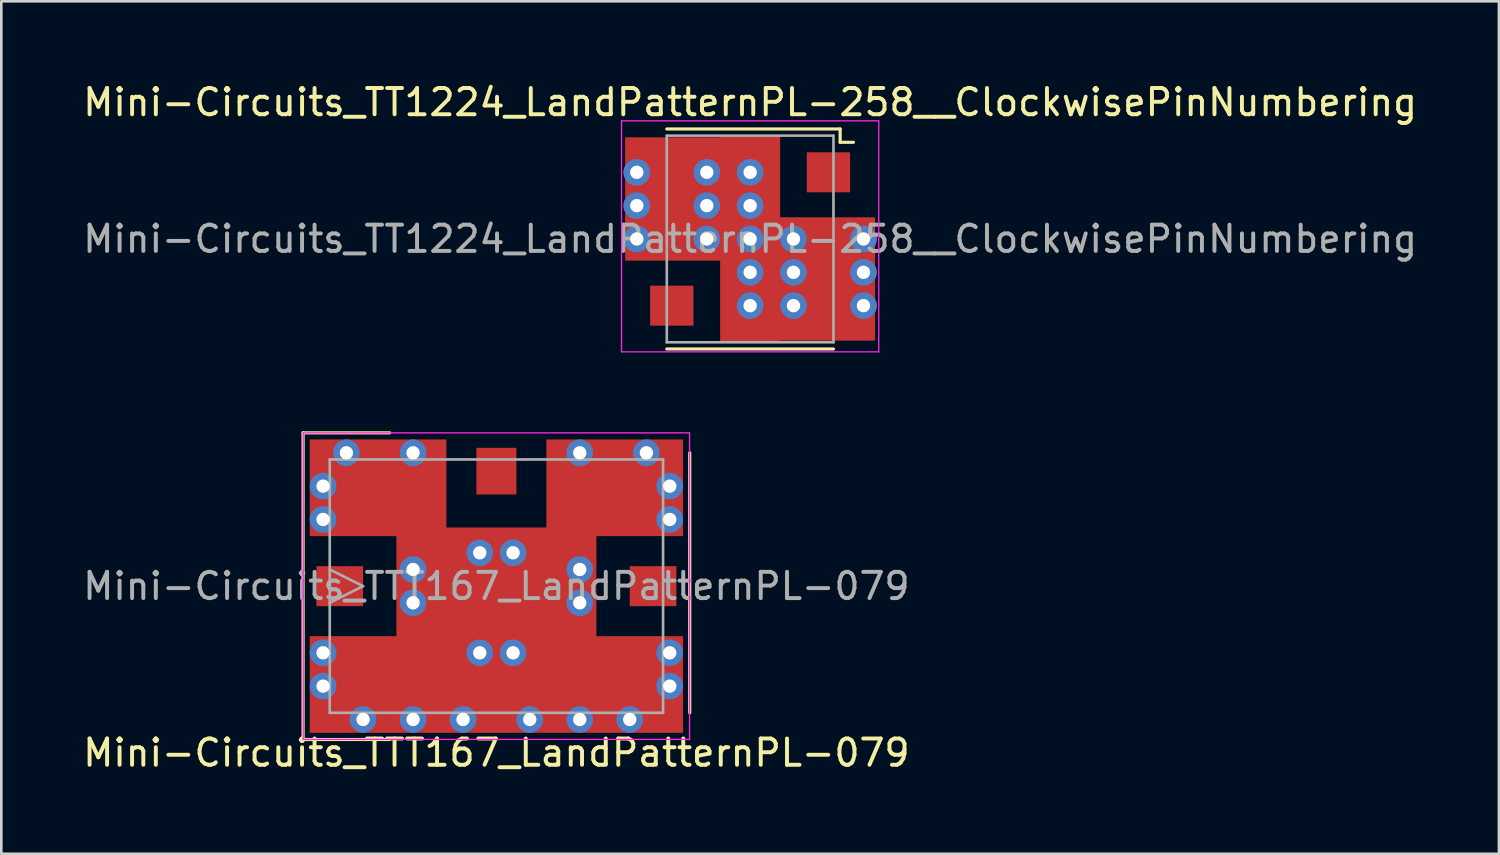
<source format=kicad_pcb>
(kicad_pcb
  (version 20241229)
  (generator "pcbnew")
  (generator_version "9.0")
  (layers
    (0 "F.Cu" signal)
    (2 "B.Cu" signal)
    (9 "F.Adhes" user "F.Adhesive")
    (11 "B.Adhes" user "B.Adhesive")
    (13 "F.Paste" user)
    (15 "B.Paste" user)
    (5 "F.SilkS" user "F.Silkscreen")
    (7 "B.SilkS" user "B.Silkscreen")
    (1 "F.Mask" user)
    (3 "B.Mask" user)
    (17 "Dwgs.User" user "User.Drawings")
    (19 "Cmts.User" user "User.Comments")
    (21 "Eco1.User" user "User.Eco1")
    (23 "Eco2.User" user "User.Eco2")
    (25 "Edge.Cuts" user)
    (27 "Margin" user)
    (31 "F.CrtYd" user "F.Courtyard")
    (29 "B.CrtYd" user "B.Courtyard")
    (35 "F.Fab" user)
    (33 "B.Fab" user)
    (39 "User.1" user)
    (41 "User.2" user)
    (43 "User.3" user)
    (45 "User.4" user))
  (footprint "Mini-Circuits_TT1224_LandPatternPL-258__ClockwisePinNumbering"
    (layer "F.Cu")
    (at 25.53 6.055)
    (property "Reference" "Mini-Circuits_TT1224_LandPatternPL-258__ClockwisePinNumbering" (at 0 -5.207 0) (layer "F.SilkS") (effects (font (size 1 1) (thickness 0.15))))
    (attr smd)
    (fp_line (start -3.175 -4.191) (end 3.429 -4.191) (stroke (width 0.12) (type solid)) (layer "F.SilkS"))
    (fp_line (start 3.175 4.191) (end -3.175 4.191) (stroke (width 0.12) (type solid)) (layer "F.SilkS"))
    (fp_line (start 3.429 -4.191) (end 3.429 -3.683) (stroke (width 0.12) (type solid)) (layer "F.SilkS"))
    (fp_line (start 3.429 -3.683) (end 3.937 -3.683) (stroke (width 0.12) (type solid)) (layer "F.SilkS"))
    (fp_line (start -4.9 -4.5) (end 4.9 -4.5) (stroke (width 0.05) (type solid)) (layer "F.CrtYd"))
    (fp_line (start -4.9 4.3) (end -4.9 -4.5) (stroke (width 0.05) (type solid)) (layer "F.CrtYd"))
    (fp_line (start 4.9 -4.5) (end 4.9 4.3) (stroke (width 0.05) (type solid)) (layer "F.CrtYd"))
    (fp_line (start 4.9 4.3) (end -4.9 4.3) (stroke (width 0.05) (type solid)) (layer "F.CrtYd"))
    (fp_line (start -3.175 -3.937) (end 3.175 -3.937) (stroke (width 0.1) (type solid)) (layer "F.Fab"))
    (fp_line (start -3.175 3.937) (end -3.175 -3.937) (stroke (width 0.1) (type solid)) (layer "F.Fab"))
    (fp_line (start -3.175 3.937) (end 3.175 3.937) (stroke (width 0.1) (type solid)) (layer "F.Fab"))
    (fp_line (start 3.175 -3.937) (end 3.175 3.937) (stroke (width 0.1) (type solid)) (layer "F.Fab"))
    (fp_text user "${REFERENCE}" (at 0 0 0) (layer "F.Fab") (effects (font (size 1 1) (thickness 0.15))))
    (pad "1" smd rect (at 3.81 -2.54 180) (size 1.651 1.524) (drill (offset 0.826 0)) (layers "F.Cu" "F.Mask" "F.Paste"))
    (pad "2" thru_hole circle (at -4.318 -2.54) (size 1.016 1.016) (drill 0.508) (layers "*.Cu"))
    (pad "2" thru_hole circle (at -4.318 -1.27) (size 1.016 1.016) (drill 0.508) (layers "*.Cu"))
    (pad "2" thru_hole circle (at -4.318 0) (size 1.016 1.016) (drill 0.508) (layers "*.Cu"))
    (pad "2" smd rect (at -2.921 -1.524) (size 3.683 4.699) (layers "F.Cu"))
    (pad "2" thru_hole circle (at -1.651 -2.54) (size 1.016 1.016) (drill 0.508) (layers "*.Cu"))
    (pad "2" thru_hole circle (at -1.651 -1.27) (size 1.016 1.016) (drill 0.508) (layers "*.Cu"))
    (pad "2" thru_hole circle (at -1.651 0) (size 1.016 1.016) (drill 0.508) (layers "*.Cu"))
    (pad "2" thru_hole circle (at 0 -2.54) (size 1.016 1.016) (drill 0.508) (layers "*.Cu"))
    (pad "2" thru_hole circle (at 0 -1.27) (size 1.016 1.016) (drill 0.508) (layers "*.Cu"))
    (pad "2" thru_hole circle (at 0 0) (size 1.016 1.016) (drill 0.508) (layers "*.Cu"))
    (pad "2" smd rect (at 0 0) (size 2.286 7.874) (layers "F.Cu"))
    (pad "2" thru_hole circle (at 0 1.27) (size 1.016 1.016) (drill 0.508) (layers "*.Cu"))
    (pad "2" thru_hole circle (at 0 2.54) (size 1.016 1.016) (drill 0.508) (layers "*.Cu"))
    (pad "2" thru_hole circle (at 1.651 0) (size 1.016 1.016) (drill 0.508) (layers "*.Cu"))
    (pad "2" thru_hole circle (at 1.651 1.27) (size 1.016 1.016) (drill 0.508) (layers "*.Cu"))
    (pad "2" thru_hole circle (at 1.651 2.54) (size 1.016 1.016) (drill 0.508) (layers "*.Cu"))
    (pad "2" smd rect (at 2.921 1.524) (size 3.683 4.699) (layers "F.Cu"))
    (pad "2" smd rect (at 3.81 0 180) (size 1.651 1.524) (drill (offset 0.826 0)) (layers "F.Cu" "F.Mask" "F.Paste"))
    (pad "2" thru_hole circle (at 4.318 0) (size 1.016 1.016) (drill 0.508) (layers "*.Cu"))
    (pad "2" thru_hole circle (at 4.318 1.27) (size 1.016 1.016) (drill 0.508) (layers "*.Cu"))
    (pad "2" thru_hole circle (at 4.318 2.54) (size 1.016 1.016) (drill 0.508) (layers "*.Cu"))
    (pad "3" smd rect (at 3.81 2.54 180) (size 1.651 1.524) (drill (offset 0.826 0)) (layers "F.Cu" "F.Mask" "F.Paste"))
    (pad "4" smd rect (at -3.81 2.54) (size 1.651 1.524) (drill (offset 0.826 0)) (layers "F.Cu" "F.Mask" "F.Paste"))
    (pad "5" smd rect (at -3.81 0) (size 1.651 1.524) (drill (offset 0.826 0)) (layers "F.Cu" "F.Mask" "F.Paste"))
    (pad "6" smd rect (at -3.81 -2.54) (size 1.651 1.524) (drill (offset 0.826 0)) (layers "F.Cu" "F.Mask" "F.Paste")))
  (footprint "Mini-Circuits_TTT167_LandPatternPL-079"
    (layer "F.Cu")
    (at 15.863 19.282)
    (property "Reference" "Mini-Circuits_TTT167_LandPatternPL-079" (at 0 6.35 180) (layer "F.SilkS") (effects (font (size 1 1) (thickness 0.15))))
    (attr smd)
    (fp_line (start -7.366 -5.842) (end -7.366 5.842) (stroke (width 0.12) (type solid)) (layer "F.SilkS"))
    (fp_line (start -7.366 5.842) (end -4.064 5.842) (stroke (width 0.12) (type solid)) (layer "F.SilkS"))
    (fp_line (start -4.064 -5.842) (end -7.366 -5.842) (stroke (width 0.12) (type solid)) (layer "F.SilkS"))
    (fp_line (start 7.366 4.826) (end 7.366 -5.08) (stroke (width 0.12) (type solid)) (layer "F.SilkS"))
    (fp_line (start -7.36 -5.84) (end -7.36 5.84) (stroke (width 0.05) (type solid)) (layer "F.CrtYd"))
    (fp_line (start -7.36 -5.84) (end 7.36 -5.84) (stroke (width 0.05) (type solid)) (layer "F.CrtYd"))
    (fp_line (start 7.36 5.84) (end -7.36 5.84) (stroke (width 0.05) (type solid)) (layer "F.CrtYd"))
    (fp_line (start 7.36 5.84) (end 7.36 -5.84) (stroke (width 0.05) (type solid)) (layer "F.CrtYd"))
    (fp_line (start -6.35 -4.826) (end 6.35 -4.826) (stroke (width 0.1) (type solid)) (layer "F.Fab"))
    (fp_line (start -6.35 -0.635) (end -5.08 0) (stroke (width 0.1) (type solid)) (layer "F.Fab"))
    (fp_line (start -6.35 4.826) (end -6.35 -4.826) (stroke (width 0.1) (type solid)) (layer "F.Fab"))
    (fp_line (start -5.08 0) (end -6.35 0.635) (stroke (width 0.1) (type solid)) (layer "F.Fab"))
    (fp_line (start 6.35 -4.826) (end 6.35 4.826) (stroke (width 0.1) (type solid)) (layer "F.Fab"))
    (fp_line (start 6.35 4.826) (end -6.35 4.826) (stroke (width 0.1) (type solid)) (layer "F.Fab"))
    (fp_text user "${REFERENCE}" (at 0 0 180) (layer "F.Fab") (effects (font (size 1 1) (thickness 0.15))))
    (pad "1" smd rect (at -5.969 0) (size 1.778 1.524) (layers "F.Cu" "F.Mask" "F.Paste"))
    (pad "2" smd rect (at 5.969 0 180) (size 1.778 1.524) (layers "F.Cu" "F.Mask" "F.Paste"))
    (pad "3" smd rect (at 0 -4.381 270) (size 1.778 1.524) (layers "F.Cu" "F.Mask" "F.Paste"))
    (pad "4" thru_hole circle (at -6.604 -3.81 90) (size 1.016 1.016) (drill 0.508) (layers "*.Cu"))
    (pad "4" thru_hole circle (at -6.604 -2.54 90) (size 1.016 1.016) (drill 0.508) (layers "*.Cu"))
    (pad "4" thru_hole circle (at -6.604 2.54 90) (size 1.016 1.016) (drill 0.508) (layers "*.Cu"))
    (pad "4" thru_hole circle (at -6.604 3.81 90) (size 1.016 1.016) (drill 0.508) (layers "*.Cu"))
    (pad "4" thru_hole circle (at -5.715 -5.08 90) (size 1.016 1.016) (drill 0.508) (layers "*.Cu"))
    (pad "4" thru_hole circle (at -5.08 5.08 90) (size 1.016 1.016) (drill 0.508) (layers "*.Cu"))
    (pad "4" thru_hole circle (at -3.175 -5.08 90) (size 1.016 1.016) (drill 0.508) (layers "*.Cu"))
    (pad "4" thru_hole circle (at -3.175 -0.635 90) (size 1.016 1.016) (drill 0.508) (layers "*.Cu"))
    (pad "4" thru_hole circle (at -3.175 0.635 90) (size 1.016 1.016) (drill 0.508) (layers "*.Cu"))
    (pad "4" thru_hole circle (at -3.175 5.08 90) (size 1.016 1.016) (drill 0.508) (layers "*.Cu"))
    (pad "4" smd rect (at -1.905 -5.588 180) (size 5.207 3.683) (drill (offset 2.603 -1.841)) (layers "F.Cu"))
    (pad "4" thru_hole circle (at -1.27 5.08 90) (size 1.016 1.016) (drill 0.508) (layers "*.Cu"))
    (pad "4" thru_hole circle (at -0.635 -1.27 90) (size 1.016 1.016) (drill 0.508) (layers "*.Cu"))
    (pad "4" thru_hole circle (at -0.635 2.54 90) (size 1.016 1.016) (drill 0.508) (layers "*.Cu"))
    (pad "4" smd rect (at 0 0 180) (size 7.62 4.47) (layers "F.Cu"))
    (pad "4" smd rect (at 0 4.381 90) (size 1.778 1.524) (layers "F.Cu" "F.Mask" "F.Paste"))
    (pad "4" smd rect (at 0 5.588 180) (size 14.224 3.683) (drill (offset 0 1.841)) (layers "F.Cu"))
    (pad "4" thru_hole circle (at 0.635 -1.27 90) (size 1.016 1.016) (drill 0.508) (layers "*.Cu"))
    (pad "4" thru_hole circle (at 0.635 2.54 90) (size 1.016 1.016) (drill 0.508) (layers "*.Cu"))
    (pad "4" thru_hole circle (at 1.27 5.08 90) (size 1.016 1.016) (drill 0.508) (layers "*.Cu"))
    (pad "4" thru_hole circle (at 3.175 -5.08 90) (size 1.016 1.016) (drill 0.508) (layers "*.Cu"))
    (pad "4" thru_hole circle (at 3.175 -0.635 90) (size 1.016 1.016) (drill 0.508) (layers "*.Cu"))
    (pad "4" thru_hole circle (at 3.175 0.635 90) (size 1.016 1.016) (drill 0.508) (layers "*.Cu"))
    (pad "4" thru_hole circle (at 3.175 5.08 90) (size 1.016 1.016) (drill 0.508) (layers "*.Cu"))
    (pad "4" thru_hole circle (at 5.08 5.08 90) (size 1.016 1.016) (drill 0.508) (layers "*.Cu"))
    (pad "4" thru_hole circle (at 5.715 -5.08 90) (size 1.016 1.016) (drill 0.508) (layers "*.Cu"))
    (pad "4" thru_hole circle (at 6.604 -3.81 90) (size 1.016 1.016) (drill 0.508) (layers "*.Cu"))
    (pad "4" thru_hole circle (at 6.604 -2.54 90) (size 1.016 1.016) (drill 0.508) (layers "*.Cu"))
    (pad "4" thru_hole circle (at 6.604 2.54 90) (size 1.016 1.016) (drill 0.508) (layers "*.Cu"))
    (pad "4" thru_hole circle (at 6.604 3.81 90) (size 1.016 1.016) (drill 0.508) (layers "*.Cu"))
    (pad "4" smd rect (at 7.112 -5.588 180) (size 5.207 3.683) (drill (offset 2.603 -1.841)) (layers "F.Cu"))
    (pad "5" smd rect (at 4.445 -4.381 270) (size 1.778 1.524) (layers "F.Cu" "F.Mask" "F.Paste"))
    (pad "6" smd rect (at -4.445 -4.381 270) (size 1.778 1.524) (layers "F.Cu" "F.Mask" "F.Paste")))
  (gr_rect
    (start -3 -3)
    (end 54.06 29.48)
    (stroke (width 0.1) (type default))
    (fill no)
    (layer "Edge.Cuts")))
</source>
